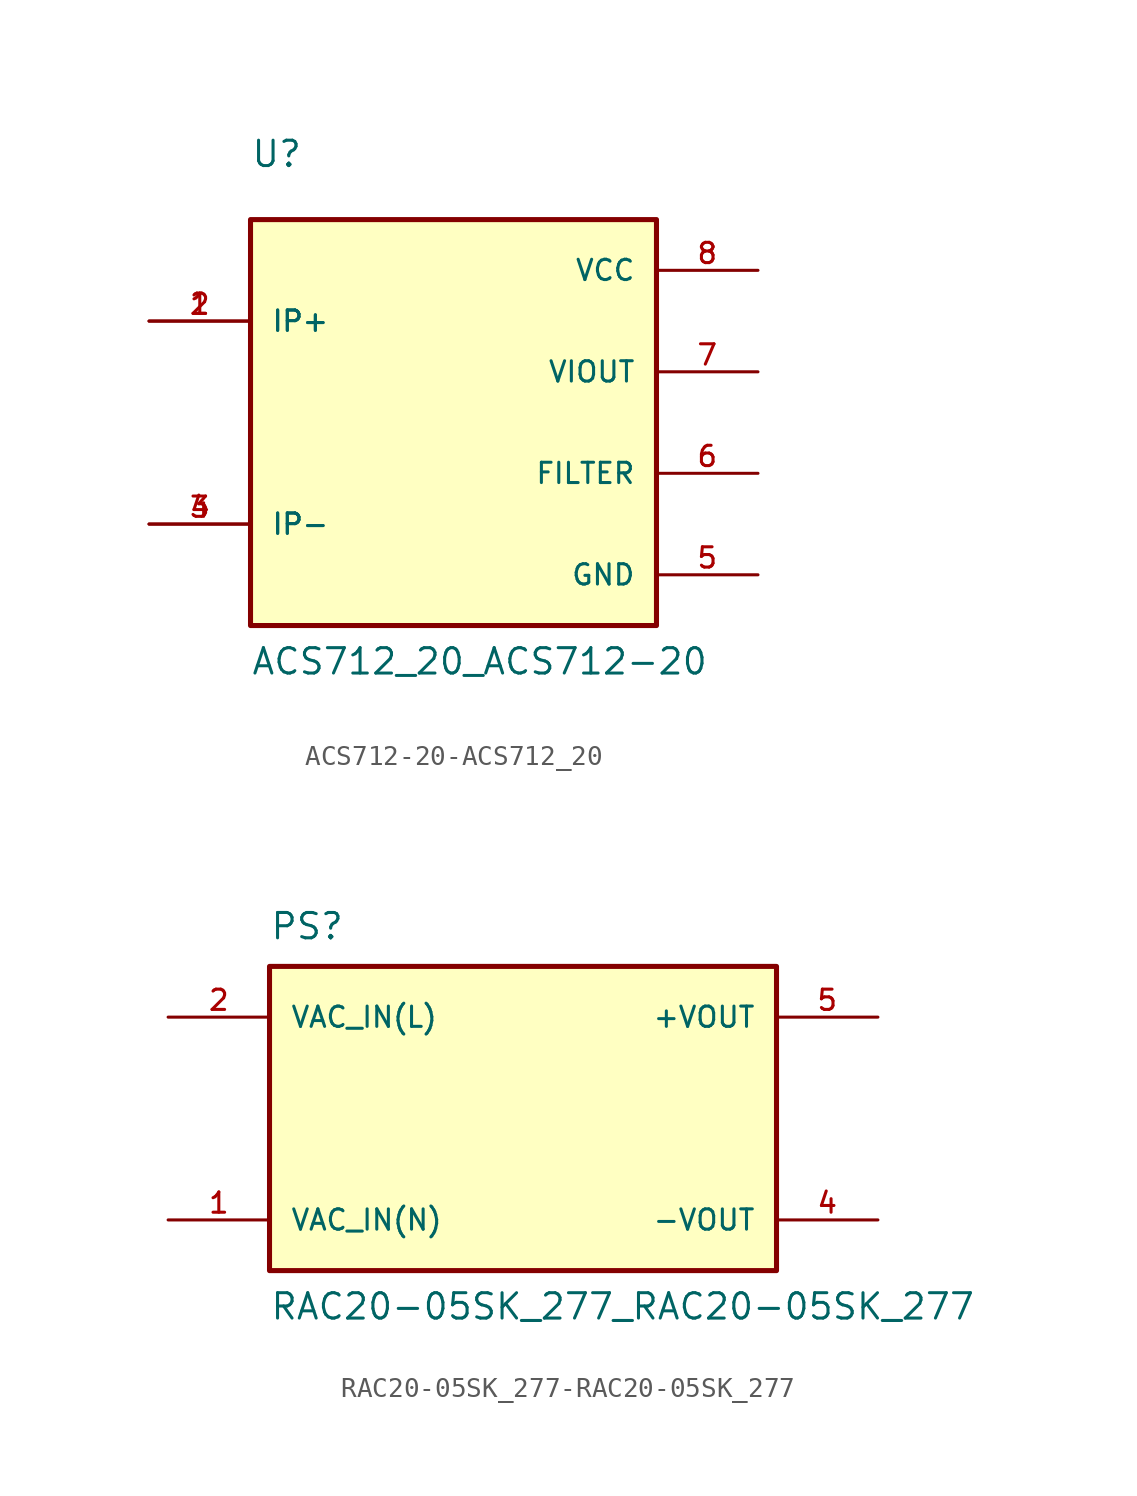
<source format=kicad_sym>
(kicad_symbol_lib
  (version 20220914)
  (generator kicad_symbol_editor)
  (symbol "ACS712-20-ACS712_20"
    (pin_names
      (offset 1.016))
    (property "Reference" "U"
      (at -10.16 12.7 0)
      (effects (font (size 1.27 1.27)) (justify left bottom)))
    (property "Value" "ACS712_20_ACS712-20"
      (at -10.16 -12.7 0)
      (effects (font (size 1.27 1.27)) (justify left bottom)))
    (property "ki_locked" ""
      (at 0 0 0)
      (effects (font (size 1.27 1.27))))
    (symbol "ACS712-20-ACS712_20_0_0"
      (rectangle (start -10.16 -10.16) (end 10.16 10.16) (stroke (width 0.254) (type solid)) (fill (type background)))
      (pin input line (at -15.24 5.08 0) (length 5.08) (name "IP+" (effects (font (size 1.016 1.016)))) (number "1" (effects (font (size 1.016 1.016)))))
      (pin input line (at -15.24 5.08 0) (length 5.08) (name "IP+" (effects (font (size 1.016 1.016)))) (number "2" (effects (font (size 1.016 1.016)))))
      (pin input line (at -15.24 -5.08 0) (length 5.08) (name "IP-" (effects (font (size 1.016 1.016)))) (number "3" (effects (font (size 1.016 1.016)))))
      (pin input line (at -15.24 -5.08 0) (length 5.08) (name "IP-" (effects (font (size 1.016 1.016)))) (number "4" (effects (font (size 1.016 1.016)))))
      (pin power_in line (at 15.24 -7.62 180) (length 5.08) (name "GND" (effects (font (size 1.016 1.016)))) (number "5" (effects (font (size 1.016 1.016)))))
      (pin passive line (at 15.24 -2.54 180) (length 5.08) (name "FILTER" (effects (font (size 1.016 1.016)))) (number "6" (effects (font (size 1.016 1.016)))))
      (pin output line (at 15.24 2.54 180) (length 5.08) (name "VIOUT" (effects (font (size 1.016 1.016)))) (number "7" (effects (font (size 1.016 1.016)))))
      (pin power_in line (at 15.24 7.62 180) (length 5.08) (name "VCC" (effects (font (size 1.016 1.016)))) (number "8" (effects (font (size 1.016 1.016)))))))
  (symbol "RAC20-05SK_277-RAC20-05SK_277"
    (pin_names
      (offset 1.016))
    (property "Reference" "PS"
      (at -12.7 8.89 0)
      (effects (font (size 1.27 1.27)) (justify left bottom)))
    (property "Value" "RAC20-05SK_277_RAC20-05SK_277"
      (at -12.7 -10.16 0)
      (effects (font (size 1.27 1.27)) (justify left bottom)))
    (property "ki_locked" ""
      (at 0 0 0)
      (effects (font (size 1.27 1.27))))
    (symbol "RAC20-05SK_277-RAC20-05SK_277_0_0"
      (rectangle (start -12.7 -7.62) (end 12.7 7.62) (stroke (width 0.254) (type solid)) (fill (type background)))
      (pin input line (at -17.78 -5.08 0) (length 5.08) (name "VAC_IN(N)" (effects (font (size 1.016 1.016)))) (number "1" (effects (font (size 1.016 1.016)))))
      (pin input line (at -17.78 5.08 0) (length 5.08) (name "VAC_IN(L)" (effects (font (size 1.016 1.016)))) (number "2" (effects (font (size 1.016 1.016)))))
      (pin output line (at 17.78 -5.08 180) (length 5.08) (name "-VOUT" (effects (font (size 1.016 1.016)))) (number "4" (effects (font (size 1.016 1.016)))))
      (pin output line (at 17.78 5.08 180) (length 5.08) (name "+VOUT" (effects (font (size 1.016 1.016)))) (number "5" (effects (font (size 1.016 1.016))))))))
</source>
